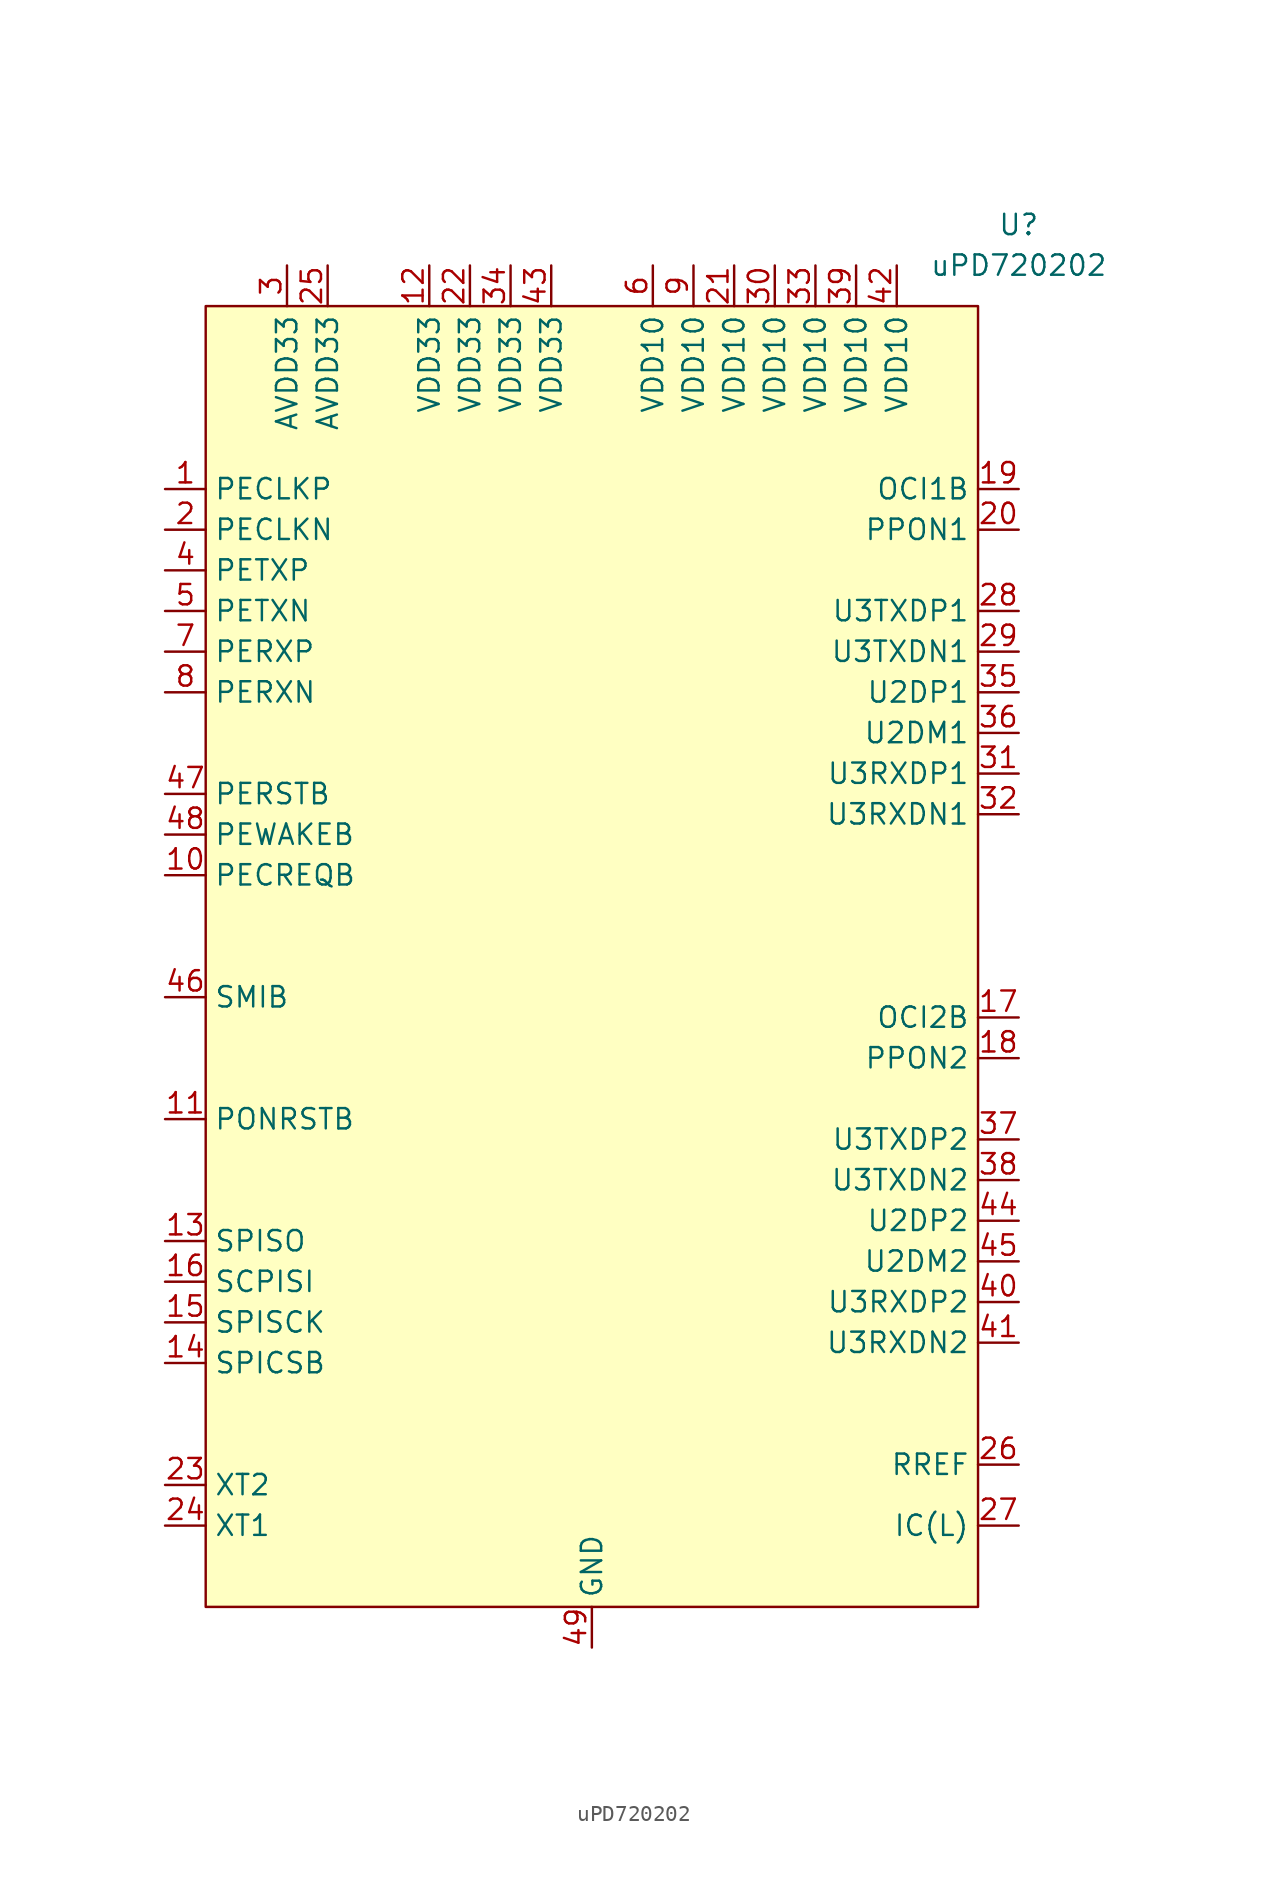
<source format=kicad_sym>
(kicad_symbol_lib
  (version 20220914)
  (generator kicad_symbol_editor)
  (symbol "uPD720202"
    (property "Reference" "U"
      (at 26.67 45.72 0)
      (do_not_autoplace)
      (effects (font (size 1.27 1.27))))
    (property "Value" "uPD720202"
      (at 26.67 43.18 0)
      (do_not_autoplace)
      (effects (font (size 1.27 1.27))))
    (symbol "uPD720202_0_0"
      (pin input line (at -26.67 29.21 0) (length 2.54) (name "PECLKP" (effects (font (size 1.27 1.27)))) (number "1" (effects (font (size 1.27 1.27)))))
      (pin open_collector line (at -26.67 5.08 0) (length 2.54) (name "PECREQB" (effects (font (size 1.27 1.27)))) (number "10" (effects (font (size 1.27 1.27)))))
      (pin input line (at -26.67 -10.16 0) (length 2.54) (name "PONRSTB" (effects (font (size 1.27 1.27)))) (number "11" (effects (font (size 1.27 1.27)))))
      (pin power_in line (at -10.16 43.18 270) (length 2.54) (name "VDD33" (effects (font (size 1.27 1.27)))) (number "12" (effects (font (size 1.27 1.27)))))
      (pin input line (at -26.67 -17.78 0) (length 2.54) (name "SPISO" (effects (font (size 1.27 1.27)))) (number "13" (effects (font (size 1.27 1.27)))))
      (pin output line (at -26.67 -25.4 0) (length 2.54) (name "SPICSB" (effects (font (size 1.27 1.27)))) (number "14" (effects (font (size 1.27 1.27)))))
      (pin output line (at -26.67 -22.86 0) (length 2.54) (name "SPISCK" (effects (font (size 1.27 1.27)))) (number "15" (effects (font (size 1.27 1.27)))))
      (pin output line (at -26.67 -20.32 0) (length 2.54) (name "SCPISI" (effects (font (size 1.27 1.27)))) (number "16" (effects (font (size 1.27 1.27)))))
      (pin input line (at 26.67 -3.81 180) (length 2.54) (name "OCI2B" (effects (font (size 1.27 1.27)))) (number "17" (effects (font (size 1.27 1.27)))))
      (pin output line (at 26.67 -6.35 180) (length 2.54) (name "PPON2" (effects (font (size 1.27 1.27)))) (number "18" (effects (font (size 1.27 1.27)))))
      (pin input line (at 26.67 29.21 180) (length 2.54) (name "OCI1B" (effects (font (size 1.27 1.27)))) (number "19" (effects (font (size 1.27 1.27)))))
      (pin input line (at -26.67 26.67 0) (length 2.54) (name "PECLKN" (effects (font (size 1.27 1.27)))) (number "2" (effects (font (size 1.27 1.27)))))
      (pin output line (at 26.67 26.67 180) (length 2.54) (name "PPON1" (effects (font (size 1.27 1.27)))) (number "20" (effects (font (size 1.27 1.27)))))
      (pin power_in line (at 8.89 43.18 270) (length 2.54) (name "VDD10" (effects (font (size 1.27 1.27)))) (number "21" (effects (font (size 1.27 1.27)))))
      (pin power_in line (at -7.62 43.18 270) (length 2.54) (name "VDD33" (effects (font (size 1.27 1.27)))) (number "22" (effects (font (size 1.27 1.27)))))
      (pin output line (at -26.67 -33.02 0) (length 2.54) (name "XT2" (effects (font (size 1.27 1.27)))) (number "23" (effects (font (size 1.27 1.27)))))
      (pin input line (at -26.67 -35.56 0) (length 2.54) (name "XT1" (effects (font (size 1.27 1.27)))) (number "24" (effects (font (size 1.27 1.27)))))
      (pin power_in line (at -16.51 43.18 270) (length 2.54) (name "AVDD33" (effects (font (size 1.27 1.27)))) (number "25" (effects (font (size 1.27 1.27)))))
      (pin output line (at 26.67 -31.75 180) (length 2.54) (name "RREF" (effects (font (size 1.27 1.27)))) (number "26" (effects (font (size 1.27 1.27)))))
      (pin input line (at 26.67 -35.56 180) (length 2.54) (name "IC(L)" (effects (font (size 1.27 1.27)))) (number "27" (effects (font (size 1.27 1.27)))))
      (pin output line (at 26.67 21.59 180) (length 2.54) (name "U3TXDP1" (effects (font (size 1.27 1.27)))) (number "28" (effects (font (size 1.27 1.27)))))
      (pin output line (at 26.67 19.05 180) (length 2.54) (name "U3TXDN1" (effects (font (size 1.27 1.27)))) (number "29" (effects (font (size 1.27 1.27)))))
      (pin power_in line (at -19.05 43.18 270) (length 2.54) (name "AVDD33" (effects (font (size 1.27 1.27)))) (number "3" (effects (font (size 1.27 1.27)))))
      (pin power_in line (at 11.43 43.18 270) (length 2.54) (name "VDD10" (effects (font (size 1.27 1.27)))) (number "30" (effects (font (size 1.27 1.27)))))
      (pin input line (at 26.67 11.43 180) (length 2.54) (name "U3RXDP1" (effects (font (size 1.27 1.27)))) (number "31" (effects (font (size 1.27 1.27)))))
      (pin input line (at 26.67 8.89 180) (length 2.54) (name "U3RXDN1" (effects (font (size 1.27 1.27)))) (number "32" (effects (font (size 1.27 1.27)))))
      (pin power_in line (at 13.97 43.18 270) (length 2.54) (name "VDD10" (effects (font (size 1.27 1.27)))) (number "33" (effects (font (size 1.27 1.27)))))
      (pin power_in line (at -5.08 43.18 270) (length 2.54) (name "VDD33" (effects (font (size 1.27 1.27)))) (number "34" (effects (font (size 1.27 1.27)))))
      (pin bidirectional line (at 26.67 16.51 180) (length 2.54) (name "U2DP1" (effects (font (size 1.27 1.27)))) (number "35" (effects (font (size 1.27 1.27)))))
      (pin bidirectional line (at 26.67 13.97 180) (length 2.54) (name "U2DM1" (effects (font (size 1.27 1.27)))) (number "36" (effects (font (size 1.27 1.27)))))
      (pin output line (at 26.67 -11.43 180) (length 2.54) (name "U3TXDP2" (effects (font (size 1.27 1.27)))) (number "37" (effects (font (size 1.27 1.27)))))
      (pin output line (at 26.67 -13.97 180) (length 2.54) (name "U3TXDN2" (effects (font (size 1.27 1.27)))) (number "38" (effects (font (size 1.27 1.27)))))
      (pin power_in line (at 16.51 43.18 270) (length 2.54) (name "VDD10" (effects (font (size 1.27 1.27)))) (number "39" (effects (font (size 1.27 1.27)))))
      (pin output line (at -26.67 24.13 0) (length 2.54) (name "PETXP" (effects (font (size 1.27 1.27)))) (number "4" (effects (font (size 1.27 1.27)))))
      (pin input line (at 26.67 -21.59 180) (length 2.54) (name "U3RXDP2" (effects (font (size 1.27 1.27)))) (number "40" (effects (font (size 1.27 1.27)))))
      (pin input line (at 26.67 -24.13 180) (length 2.54) (name "U3RXDN2" (effects (font (size 1.27 1.27)))) (number "41" (effects (font (size 1.27 1.27)))))
      (pin power_in line (at 19.05 43.18 270) (length 2.54) (name "VDD10" (effects (font (size 1.27 1.27)))) (number "42" (effects (font (size 1.27 1.27)))))
      (pin power_in line (at -2.54 43.18 270) (length 2.54) (name "VDD33" (effects (font (size 1.27 1.27)))) (number "43" (effects (font (size 1.27 1.27)))))
      (pin bidirectional line (at 26.67 -16.51 180) (length 2.54) (name "U2DP2" (effects (font (size 1.27 1.27)))) (number "44" (effects (font (size 1.27 1.27)))))
      (pin bidirectional line (at 26.67 -19.05 180) (length 2.54) (name "U2DM2" (effects (font (size 1.27 1.27)))) (number "45" (effects (font (size 1.27 1.27)))))
      (pin open_collector line (at -26.67 -2.54 0) (length 2.54) (name "SMIB" (effects (font (size 1.27 1.27)))) (number "46" (effects (font (size 1.27 1.27)))))
      (pin input line (at -26.67 10.16 0) (length 2.54) (name "PERSTB" (effects (font (size 1.27 1.27)))) (number "47" (effects (font (size 1.27 1.27)))))
      (pin open_collector line (at -26.67 7.62 0) (length 2.54) (name "PEWAKEB" (effects (font (size 1.27 1.27)))) (number "48" (effects (font (size 1.27 1.27)))))
      (pin output line (at -26.67 21.59 0) (length 2.54) (name "PETXN" (effects (font (size 1.27 1.27)))) (number "5" (effects (font (size 1.27 1.27)))))
      (pin power_in line (at 3.81 43.18 270) (length 2.54) (name "VDD10" (effects (font (size 1.27 1.27)))) (number "6" (effects (font (size 1.27 1.27)))))
      (pin input line (at -26.67 19.05 0) (length 2.54) (name "PERXP" (effects (font (size 1.27 1.27)))) (number "7" (effects (font (size 1.27 1.27)))))
      (pin input line (at -26.67 16.51 0) (length 2.54) (name "PERXN" (effects (font (size 1.27 1.27)))) (number "8" (effects (font (size 1.27 1.27)))))
      (pin power_in line (at 6.35 43.18 270) (length 2.54) (name "VDD10" (effects (font (size 1.27 1.27)))) (number "9" (effects (font (size 1.27 1.27))))))
    (symbol "uPD720202_1_0"
      (pin power_in line (at 0 -43.18 90) (length 2.54) (name "GND" (effects (font (size 1.27 1.27)))) (number "49" (effects (font (size 1.27 1.27))))))
    (symbol "uPD720202_1_1"
      (rectangle (start -24.13 40.64) (end 24.13 -40.64) (stroke (width 0) (type default)) (fill (type background))))))
</source>
